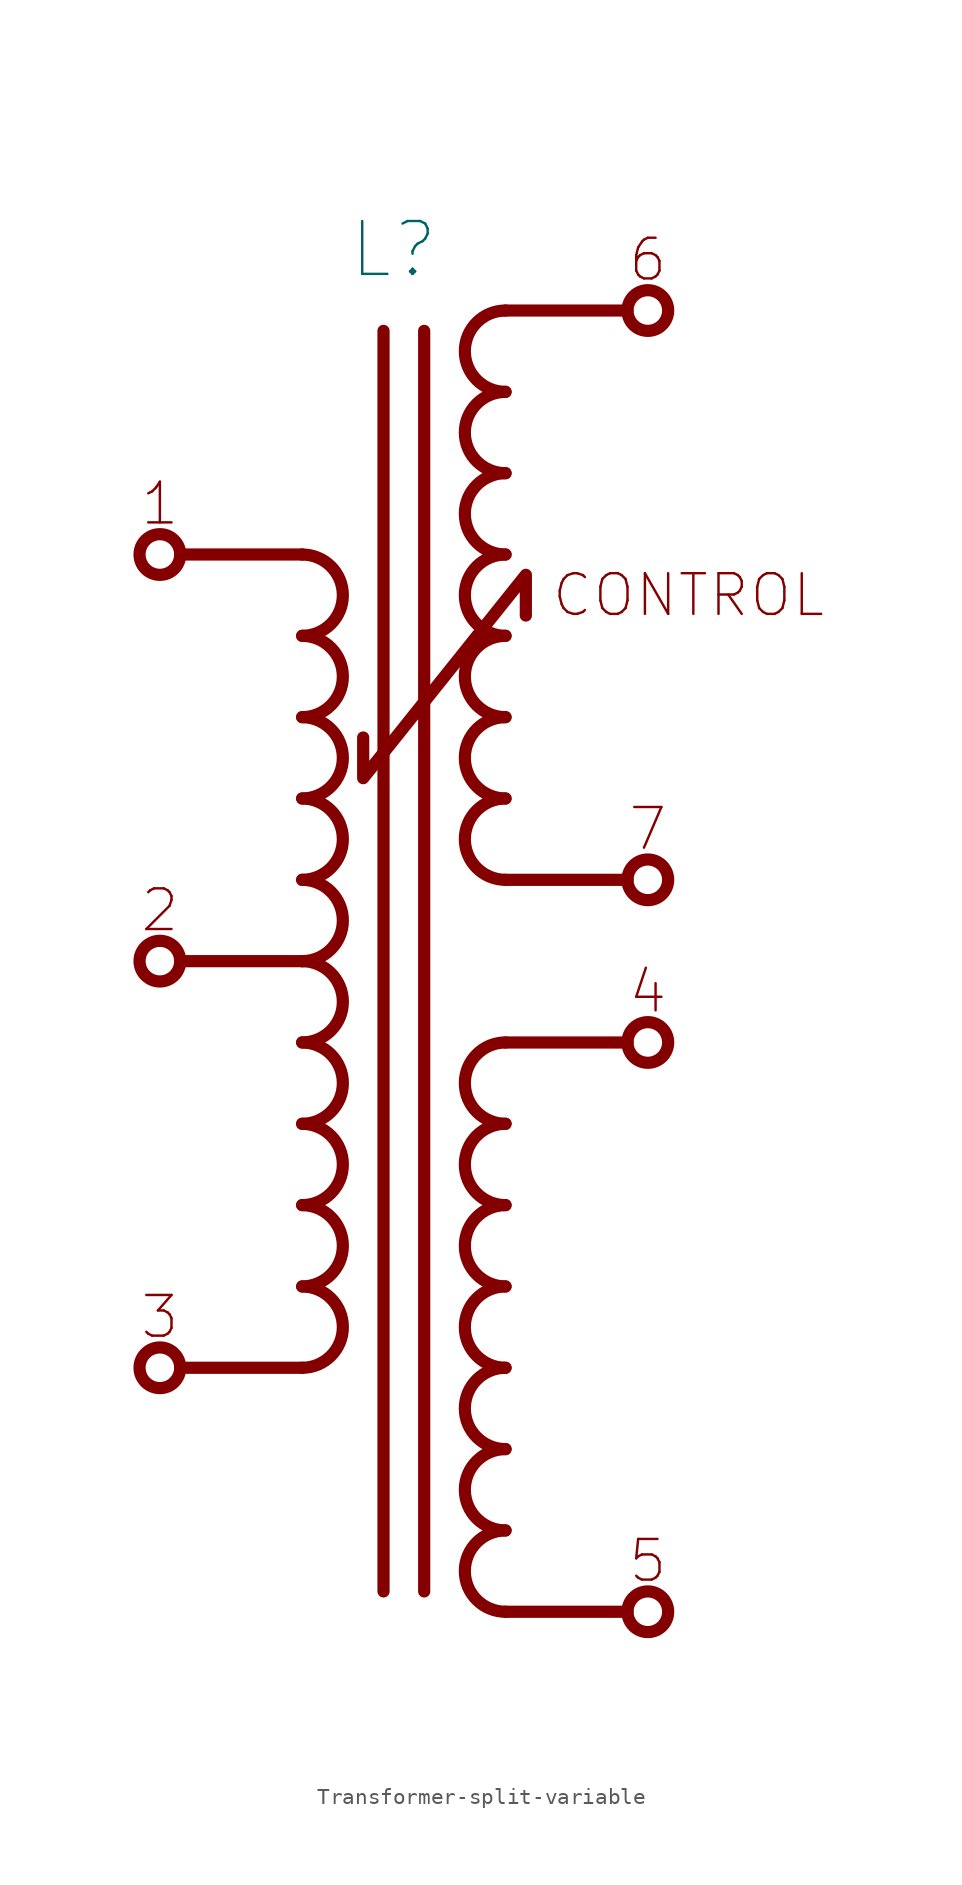
<source format=kicad_sym>
(kicad_symbol_lib
  (version 20211014)
  (generator kicad_symbol_editor)
  (symbol "Transformer-split-variable"
    (pin_names
      (offset 0) hide)
    (property "Reference" "L"
      (at -0.635 44.45 0)
      (effects (font (size 3.302 3.302))))
    (symbol "Transformer-split-variable_0_0"
      (text "1" (at -15.24 28.575 0) (effects (font (size 2.54 2.54))))
      (text "2" (at -15.24 3.175 0) (effects (font (size 2.54 2.54))))
      (text "3" (at -15.24 -22.225 0) (effects (font (size 2.54 2.54))))
      (text "4" (at 15.24 -1.905 0) (effects (font (size 2.54 2.54))))
      (text "5" (at 15.24 -37.465 0) (effects (font (size 2.54 2.54))))
      (text "6" (at 15.24 43.815 0) (effects (font (size 2.54 2.54))))
      (text "7" (at 15.24 8.255 0) (effects (font (size 2.54 2.54))))
      (text "CONTROL" (at 17.78 22.86 0) (effects (font (size 2.54 2.54)))))
    (symbol "Transformer-split-variable_0_1"
      (arc (start -6.35 -25.4) (mid -3.81 -22.86) (end -6.35 -20.32) (stroke (width 0.762) (type default) (color 0 0 0 0)) (fill (type none)))
      (arc (start -6.35 -15.24) (mid -3.81 -12.7) (end -6.35 -10.16) (stroke (width 0.762) (type default) (color 0 0 0 0)) (fill (type none)))
      (arc (start -6.35 -10.16) (mid -3.81 -7.62) (end -6.35 -5.08) (stroke (width 0.762) (type default) (color 0 0 0 0)) (fill (type none)))
      (arc (start -6.35 -5.08) (mid -3.81 -2.54) (end -6.35 0) (stroke (width 0.762) (type default) (color 0 0 0 0)) (fill (type none)))
      (arc (start -6.35 0) (mid -3.81 2.54) (end -6.35 5.08) (stroke (width 0.762) (type default) (color 0 0 0 0)) (fill (type none)))
      (arc (start -6.35 5.08) (mid -3.81 7.62) (end -6.35 10.16) (stroke (width 0.762) (type default) (color 0 0 0 0)) (fill (type none)))
      (arc (start -6.35 10.16) (mid -3.81 12.7) (end -6.35 15.24) (stroke (width 0.762) (type default) (color 0 0 0 0)) (fill (type none)))
      (arc (start -6.35 20.32) (mid -3.81 22.86) (end -6.35 25.4) (stroke (width 0.762) (type default) (color 0 0 0 0)) (fill (type none)))
      (polyline (pts (xy -1.27 39.37) (xy -1.27 -39.37)) (stroke (width 0.762) (type default) (color 0 0 0 0)) (fill (type none)))
      (polyline (pts (xy 6.35 40.64) (xy 13.97 40.64)) (stroke (width 0.762) (type default) (color 0 0 0 0)) (fill (type none)))
      (polyline (pts (xy -2.54 13.97) (xy -2.54 11.43) (xy 7.62 24.13) (xy 7.62 21.59)) (stroke (width 0.762) (type default) (color 0 0 0 0)) (fill (type none)))
      (circle (center 15.24 40.64) (radius 1.27) (stroke (width 0.762) (type default) (color 0 0 0 0)) (fill (type none))))
    (symbol "Transformer-split-variable_1_1"
      (circle (center -15.24 -25.4) (radius 1.27) (stroke (width 0.762) (type default) (color 0 0 0 0)) (fill (type none)))
      (circle (center -15.24 0) (radius 1.27) (stroke (width 0.762) (type default) (color 0 0 0 0)) (fill (type none)))
      (circle (center -15.24 25.4) (radius 1.27) (stroke (width 0.762) (type default) (color 0 0 0 0)) (fill (type none)))
      (arc (start -6.35 -20.32) (mid -3.81 -17.78) (end -6.35 -15.24) (stroke (width 0.762) (type default) (color 0 0 0 0)) (fill (type none)))
      (arc (start -6.35 15.24) (mid -3.81 17.78) (end -6.35 20.32) (stroke (width 0.762) (type default) (color 0 0 0 0)) (fill (type none)))
      (polyline (pts (xy -6.35 -25.4) (xy -13.97 -25.4)) (stroke (width 0.762) (type default) (color 0 0 0 0)) (fill (type none)))
      (polyline (pts (xy -6.35 0) (xy -13.97 0)) (stroke (width 0.762) (type default) (color 0 0 0 0)) (fill (type none)))
      (polyline (pts (xy -6.35 25.4) (xy -13.97 25.4)) (stroke (width 0.762) (type default) (color 0 0 0 0)) (fill (type none)))
      (polyline (pts (xy 1.27 -39.37) (xy 1.27 39.37)) (stroke (width 0.762) (type default) (color 0 0 0 0)) (fill (type none)))
      (polyline (pts (xy 6.35 -40.64) (xy 13.97 -40.64)) (stroke (width 0.762) (type default) (color 0 0 0 0)) (fill (type none)))
      (polyline (pts (xy 6.35 -5.08) (xy 13.97 -5.08)) (stroke (width 0.762) (type default) (color 0 0 0 0)) (fill (type none)))
      (polyline (pts (xy 6.35 5.08) (xy 13.97 5.08)) (stroke (width 0.762) (type default) (color 0 0 0 0)) (fill (type none)))
      (arc (start 6.35 -35.56) (mid 3.81 -38.1) (end 6.35 -40.64) (stroke (width 0.762) (type default) (color 0 0 0 0)) (fill (type none)))
      (arc (start 6.35 -30.48) (mid 3.81 -33.02) (end 6.35 -35.56) (stroke (width 0.762) (type default) (color 0 0 0 0)) (fill (type none)))
      (arc (start 6.35 -25.4) (mid 3.81 -27.94) (end 6.35 -30.48) (stroke (width 0.762) (type default) (color 0 0 0 0)) (fill (type none)))
      (arc (start 6.35 -20.32) (mid 3.81 -22.86) (end 6.35 -25.4) (stroke (width 0.762) (type default) (color 0 0 0 0)) (fill (type none)))
      (arc (start 6.35 -15.24) (mid 3.81 -17.78) (end 6.35 -20.32) (stroke (width 0.762) (type default) (color 0 0 0 0)) (fill (type none)))
      (arc (start 6.35 -10.16) (mid 3.81 -12.7) (end 6.35 -15.24) (stroke (width 0.762) (type default) (color 0 0 0 0)) (fill (type none)))
      (arc (start 6.35 -5.08) (mid 3.81 -7.62) (end 6.35 -10.16) (stroke (width 0.762) (type default) (color 0 0 0 0)) (fill (type none)))
      (arc (start 6.35 10.16) (mid 3.81 7.62) (end 6.35 5.08) (stroke (width 0.762) (type default) (color 0 0 0 0)) (fill (type none)))
      (arc (start 6.35 15.24) (mid 3.81 12.7) (end 6.35 10.16) (stroke (width 0.762) (type default) (color 0 0 0 0)) (fill (type none)))
      (arc (start 6.35 20.32) (mid 3.81 17.78) (end 6.35 15.24) (stroke (width 0.762) (type default) (color 0 0 0 0)) (fill (type none)))
      (arc (start 6.35 25.4) (mid 3.81 22.86) (end 6.35 20.32) (stroke (width 0.762) (type default) (color 0 0 0 0)) (fill (type none)))
      (arc (start 6.35 30.48) (mid 3.81 27.94) (end 6.35 25.4) (stroke (width 0.762) (type default) (color 0 0 0 0)) (fill (type none)))
      (arc (start 6.35 35.56) (mid 3.81 33.02) (end 6.35 30.48) (stroke (width 0.762) (type default) (color 0 0 0 0)) (fill (type none)))
      (arc (start 6.35 40.64) (mid 3.81 38.1) (end 6.35 35.56) (stroke (width 0.762) (type default) (color 0 0 0 0)) (fill (type none)))
      (circle (center 15.24 -40.64) (radius 1.27) (stroke (width 0.762) (type default) (color 0 0 0 0)) (fill (type none)))
      (circle (center 15.24 -5.08) (radius 1.27) (stroke (width 0.762) (type default) (color 0 0 0 0)) (fill (type none)))
      (circle (center 15.24 5.08) (radius 1.27) (stroke (width 0.762) (type default) (color 0 0 0 0)) (fill (type none)))
      (pin passive line (at -16.51 25.4 0) (length 0) hide (name "1" (effects (font (size 2.54 2.54)))) (number "1" (effects (font (size 2.54 2.54)))))
      (pin passive line (at -16.51 0 0) (length 0) hide (name "2" (effects (font (size 1.27 1.27)))) (number "2" (effects (font (size 2.54 2.54)))))
      (pin passive line (at -16.51 -25.4 0) (length 0) hide (name "3" (effects (font (size 1.27 1.27)))) (number "3" (effects (font (size 2.54 2.54)))))
      (pin passive line (at 16.51 -5.08 180) (length 0) hide (name "4" (effects (font (size 1.27 1.27)))) (number "4" (effects (font (size 2.54 2.54)))))
      (pin passive line (at 16.51 -40.64 180) (length 0) hide (name "5" (effects (font (size 3.556 3.556)))) (number "5" (effects (font (size 2.54 2.54)))))
      (pin passive line (at 16.51 40.64 180) (length 0) hide (name "6" (effects (font (size 1.27 1.27)))) (number "6" (effects (font (size 2.54 2.54)))))
      (pin passive line (at 16.51 5.08 180) (length 0) hide (name "7" (effects (font (size 1.27 1.27)))) (number "7" (effects (font (size 2.54 2.54))))))))
</source>
